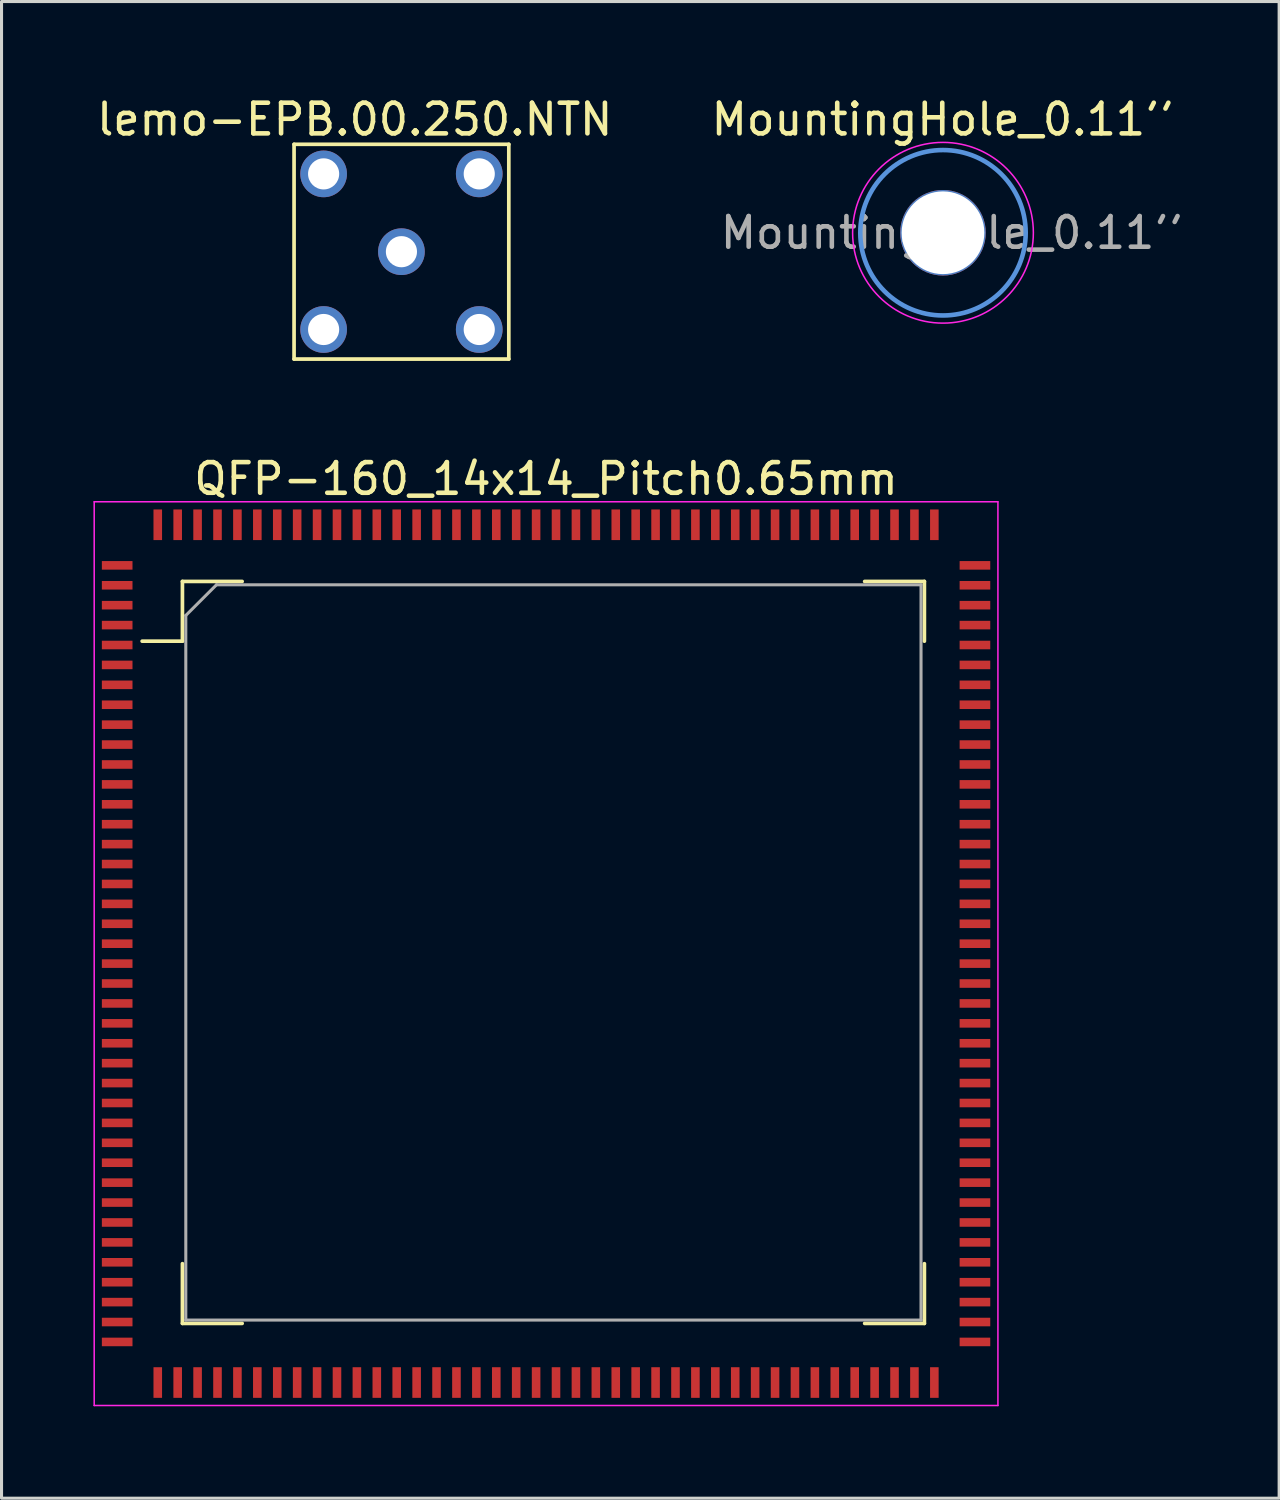
<source format=kicad_pcb>
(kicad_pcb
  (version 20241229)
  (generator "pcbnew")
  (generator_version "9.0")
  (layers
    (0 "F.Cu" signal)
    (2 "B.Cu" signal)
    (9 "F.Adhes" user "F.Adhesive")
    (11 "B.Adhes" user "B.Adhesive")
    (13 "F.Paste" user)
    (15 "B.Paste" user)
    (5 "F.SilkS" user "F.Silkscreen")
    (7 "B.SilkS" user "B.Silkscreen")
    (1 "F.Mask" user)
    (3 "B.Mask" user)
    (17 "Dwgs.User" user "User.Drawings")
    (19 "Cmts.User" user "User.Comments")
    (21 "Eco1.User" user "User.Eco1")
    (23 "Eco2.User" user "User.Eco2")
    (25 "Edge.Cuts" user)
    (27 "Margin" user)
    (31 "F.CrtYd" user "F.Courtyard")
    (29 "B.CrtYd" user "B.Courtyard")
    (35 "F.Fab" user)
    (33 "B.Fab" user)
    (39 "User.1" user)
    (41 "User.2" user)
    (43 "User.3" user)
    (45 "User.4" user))
  (footprint "MountingHole_0.11''"
    (layer "F.Cu")
    (at 27.732 4.548)
    (property "Reference" "MountingHole_0.11''" (at 0 -3.7 0) (layer "F.SilkS") (effects (font (size 1 1) (thickness 0.15))))
    (attr through_hole)
    (fp_circle (center 0 0) (end 2.7 0) (stroke (width 0.15) (type solid)) (fill no) (layer "Cmts.User"))
    (fp_circle (center 0 0) (end 2.95 0) (stroke (width 0.05) (type solid)) (fill no) (layer "F.CrtYd"))
    (fp_text user "${REFERENCE}" (at 0.3 0 0) (layer "F.Fab") (effects (font (size 1 1) (thickness 0.15))))
    (pad "" np_thru_hole circle (at 0 0) (size 2.794 2.794) (drill 2.7) (layers "*.Cu" "*.Mask")))
  (footprint "lemo-EPB.00.250.NTN"
    (layer "F.Cu")
    (at 10.054 5.166)
    (property "Reference" "lemo-EPB.00.250.NTN" (at -1.524 -4.318 0) (layer "F.SilkS") (effects (font (size 1 1) (thickness 0.15))))
    (attr through_hole)
    (fp_line (start -3.505 -3.505) (end 3.505 -3.505) (stroke (width 0.12) (type solid)) (layer "F.SilkS"))
    (fp_line (start -3.505 3.505) (end -3.505 -3.505) (stroke (width 0.12) (type solid)) (layer "F.SilkS"))
    (fp_line (start 3.505 -3.505) (end 3.505 3.505) (stroke (width 0.12) (type solid)) (layer "F.SilkS"))
    (fp_line (start 3.505 3.505) (end -3.505 3.505) (stroke (width 0.12) (type solid)) (layer "F.SilkS"))
    (pad "1" thru_hole circle (at 0 0) (size 1.524 1.524) (drill 1.016) (layers "*.Cu" "*.Mask"))
    (pad "2" thru_hole circle (at -2.54 -2.54) (size 1.524 1.524) (drill 1.016) (layers "*.Cu" "*.Mask"))
    (pad "2" thru_hole circle (at -2.54 2.54) (size 1.524 1.524) (drill 1.016) (layers "*.Cu" "*.Mask"))
    (pad "2" thru_hole circle (at 2.54 -2.54) (size 1.524 1.524) (drill 1.016) (layers "*.Cu" "*.Mask"))
    (pad "2" thru_hole circle (at 2.54 2.54) (size 1.524 1.524) (drill 1.016) (layers "*.Cu" "*.Mask")))
  (footprint "QFP-160_14x14_Pitch0.65mm"
    (layer "F.Cu")
    (at 14.775 28.08)
    (property "Reference" "QFP-160_14x14_Pitch0.65mm" (at 0 -15.5 0) (layer "F.SilkS") (effects (font (size 1 1) (thickness 0.15))))
    (attr smd)
    (fp_line (start -11.87 -12.15) (end -11.87 -10.2) (stroke (width 0.12) (type solid)) (layer "F.SilkS"))
    (fp_line (start -11.87 -10.2) (end -13.185 -10.2) (stroke (width 0.12) (type solid)) (layer "F.SilkS"))
    (fp_line (start -11.87 12.07) (end -11.87 10.12) (stroke (width 0.12) (type solid)) (layer "F.SilkS"))
    (fp_line (start -9.92 -12.15) (end -11.87 -12.15) (stroke (width 0.12) (type solid)) (layer "F.SilkS"))
    (fp_line (start -9.92 12.07) (end -11.87 12.07) (stroke (width 0.12) (type solid)) (layer "F.SilkS"))
    (fp_line (start 10.4 -12.15) (end 12.35 -12.15) (stroke (width 0.12) (type solid)) (layer "F.SilkS"))
    (fp_line (start 10.4 12.07) (end 12.35 12.07) (stroke (width 0.12) (type solid)) (layer "F.SilkS"))
    (fp_line (start 12.35 -12.15) (end 12.35 -10.2) (stroke (width 0.12) (type solid)) (layer "F.SilkS"))
    (fp_line (start 12.35 12.07) (end 12.35 10.12) (stroke (width 0.12) (type solid)) (layer "F.SilkS"))
    (fp_line (start -14.75 -14.75) (end 14.75 -14.75) (stroke (width 0.05) (type solid)) (layer "F.CrtYd"))
    (fp_line (start -14.75 14.75) (end -14.75 -14.75) (stroke (width 0.05) (type solid)) (layer "F.CrtYd"))
    (fp_line (start 14.75 -14.75) (end 14.75 14.75) (stroke (width 0.05) (type solid)) (layer "F.CrtYd"))
    (fp_line (start 14.75 14.75) (end -14.75 14.75) (stroke (width 0.05) (type solid)) (layer "F.CrtYd"))
    (fp_line (start -11.76 -11.04) (end -10.76 -12.04) (stroke (width 0.1) (type solid)) (layer "F.Fab"))
    (fp_line (start -11.76 11.96) (end -11.76 -11.04) (stroke (width 0.1) (type solid)) (layer "F.Fab"))
    (fp_line (start -10.76 -12.04) (end 12.24 -12.04) (stroke (width 0.1) (type solid)) (layer "F.Fab"))
    (fp_line (start 12.24 -12.04) (end 12.24 11.96) (stroke (width 0.1) (type solid)) (layer "F.Fab"))
    (fp_line (start 12.24 11.96) (end -11.76 11.96) (stroke (width 0.1) (type solid)) (layer "F.Fab"))
    (pad "1" smd rect (at -14 -12.675 90) (size 0.28 1) (layers "F.Cu" "F.Mask" "F.Paste"))
    (pad "2" smd rect (at -14 -12.025 90) (size 0.28 1) (layers "F.Cu" "F.Mask" "F.Paste"))
    (pad "3" smd rect (at -14 -11.375 90) (size 0.28 1) (layers "F.Cu" "F.Mask" "F.Paste"))
    (pad "4" smd rect (at -14 -10.725 90) (size 0.28 1) (layers "F.Cu" "F.Mask" "F.Paste"))
    (pad "5" smd rect (at -14 -10.075 90) (size 0.28 1) (layers "F.Cu" "F.Mask" "F.Paste"))
    (pad "6" smd rect (at -14 -9.425 90) (size 0.28 1) (layers "F.Cu" "F.Mask" "F.Paste"))
    (pad "7" smd rect (at -14 -8.775 90) (size 0.28 1) (layers "F.Cu" "F.Mask" "F.Paste"))
    (pad "8" smd rect (at -14 -8.125 90) (size 0.28 1) (layers "F.Cu" "F.Mask" "F.Paste"))
    (pad "9" smd rect (at -14 -7.475 90) (size 0.28 1) (layers "F.Cu" "F.Mask" "F.Paste"))
    (pad "10" smd rect (at -14 -6.825 90) (size 0.28 1) (layers "F.Cu" "F.Mask" "F.Paste"))
    (pad "11" smd rect (at -14 -6.175 90) (size 0.28 1) (layers "F.Cu" "F.Mask" "F.Paste"))
    (pad "12" smd rect (at -14 -5.525 90) (size 0.28 1) (layers "F.Cu" "F.Mask" "F.Paste"))
    (pad "13" smd rect (at -14 -4.875 90) (size 0.28 1) (layers "F.Cu" "F.Mask" "F.Paste"))
    (pad "14" smd rect (at -14 -4.225 90) (size 0.28 1) (layers "F.Cu" "F.Mask" "F.Paste"))
    (pad "15" smd rect (at -14 -3.575 90) (size 0.28 1) (layers "F.Cu" "F.Mask" "F.Paste"))
    (pad "16" smd rect (at -14 -2.925 90) (size 0.28 1) (layers "F.Cu" "F.Mask" "F.Paste"))
    (pad "17" smd rect (at -14 -2.275 90) (size 0.28 1) (layers "F.Cu" "F.Mask" "F.Paste"))
    (pad "18" smd rect (at -14 -1.625 90) (size 0.28 1) (layers "F.Cu" "F.Mask" "F.Paste"))
    (pad "19" smd rect (at -14 -0.975 90) (size 0.28 1) (layers "F.Cu" "F.Mask" "F.Paste"))
    (pad "20" smd rect (at -14 -0.325 90) (size 0.28 1) (layers "F.Cu" "F.Mask" "F.Paste"))
    (pad "21" smd rect (at -14 0.325 90) (size 0.28 1) (layers "F.Cu" "F.Mask" "F.Paste"))
    (pad "22" smd rect (at -14 0.975 90) (size 0.28 1) (layers "F.Cu" "F.Mask" "F.Paste"))
    (pad "23" smd rect (at -14 1.625 90) (size 0.28 1) (layers "F.Cu" "F.Mask" "F.Paste"))
    (pad "24" smd rect (at -14 2.275 90) (size 0.28 1) (layers "F.Cu" "F.Mask" "F.Paste"))
    (pad "25" smd rect (at -14 2.925 90) (size 0.28 1) (layers "F.Cu" "F.Mask" "F.Paste"))
    (pad "26" smd rect (at -14 3.575 90) (size 0.28 1) (layers "F.Cu" "F.Mask" "F.Paste"))
    (pad "27" smd rect (at -14 4.225 90) (size 0.28 1) (layers "F.Cu" "F.Mask" "F.Paste"))
    (pad "28" smd rect (at -14 4.875 90) (size 0.28 1) (layers "F.Cu" "F.Mask" "F.Paste"))
    (pad "29" smd rect (at -14 5.525 90) (size 0.28 1) (layers "F.Cu" "F.Mask" "F.Paste"))
    (pad "30" smd rect (at -14 6.175 90) (size 0.28 1) (layers "F.Cu" "F.Mask" "F.Paste"))
    (pad "31" smd rect (at -14 6.825 90) (size 0.28 1) (layers "F.Cu" "F.Mask" "F.Paste"))
    (pad "32" smd rect (at -14 7.475 90) (size 0.28 1) (layers "F.Cu" "F.Mask" "F.Paste"))
    (pad "33" smd rect (at -14 8.125 90) (size 0.28 1) (layers "F.Cu" "F.Mask" "F.Paste"))
    (pad "34" smd rect (at -14 8.775 90) (size 0.28 1) (layers "F.Cu" "F.Mask" "F.Paste"))
    (pad "35" smd rect (at -14 9.425 90) (size 0.28 1) (layers "F.Cu" "F.Mask" "F.Paste"))
    (pad "36" smd rect (at -14 10.075 90) (size 0.28 1) (layers "F.Cu" "F.Mask" "F.Paste"))
    (pad "37" smd rect (at -14 10.725 90) (size 0.28 1) (layers "F.Cu" "F.Mask" "F.Paste"))
    (pad "38" smd rect (at -14 11.375 90) (size 0.28 1) (layers "F.Cu" "F.Mask" "F.Paste"))
    (pad "39" smd rect (at -14 12.025 90) (size 0.28 1) (layers "F.Cu" "F.Mask" "F.Paste"))
    (pad "40" smd rect (at -14 12.675 90) (size 0.28 1) (layers "F.Cu" "F.Mask" "F.Paste"))
    (pad "41" smd rect (at -12.675 14) (size 0.28 1) (layers "F.Cu" "F.Mask" "F.Paste"))
    (pad "42" smd rect (at -12.025 14) (size 0.28 1) (layers "F.Cu" "F.Mask" "F.Paste"))
    (pad "43" smd rect (at -11.375 14) (size 0.28 1) (layers "F.Cu" "F.Mask" "F.Paste"))
    (pad "44" smd rect (at -10.725 14) (size 0.28 1) (layers "F.Cu" "F.Mask" "F.Paste"))
    (pad "45" smd rect (at -10.075 14) (size 0.28 1) (layers "F.Cu" "F.Mask" "F.Paste"))
    (pad "46" smd rect (at -9.425 14) (size 0.28 1) (layers "F.Cu" "F.Mask" "F.Paste"))
    (pad "47" smd rect (at -8.775 14) (size 0.28 1) (layers "F.Cu" "F.Mask" "F.Paste"))
    (pad "48" smd rect (at -8.125 14) (size 0.28 1) (layers "F.Cu" "F.Mask" "F.Paste"))
    (pad "49" smd rect (at -7.475 14) (size 0.28 1) (layers "F.Cu" "F.Mask" "F.Paste"))
    (pad "50" smd rect (at -6.825 14) (size 0.28 1) (layers "F.Cu" "F.Mask" "F.Paste"))
    (pad "51" smd rect (at -6.175 14) (size 0.28 1) (layers "F.Cu" "F.Mask" "F.Paste"))
    (pad "52" smd rect (at -5.525 14) (size 0.28 1) (layers "F.Cu" "F.Mask" "F.Paste"))
    (pad "53" smd rect (at -4.875 14) (size 0.28 1) (layers "F.Cu" "F.Mask" "F.Paste"))
    (pad "54" smd rect (at -4.225 14) (size 0.28 1) (layers "F.Cu" "F.Mask" "F.Paste"))
    (pad "55" smd rect (at -3.575 14) (size 0.28 1) (layers "F.Cu" "F.Mask" "F.Paste"))
    (pad "56" smd rect (at -2.925 14) (size 0.28 1) (layers "F.Cu" "F.Mask" "F.Paste"))
    (pad "57" smd rect (at -2.275 14) (size 0.28 1) (layers "F.Cu" "F.Mask" "F.Paste"))
    (pad "58" smd rect (at -1.625 14) (size 0.28 1) (layers "F.Cu" "F.Mask" "F.Paste"))
    (pad "59" smd rect (at -0.975 14) (size 0.28 1) (layers "F.Cu" "F.Mask" "F.Paste"))
    (pad "60" smd rect (at -0.325 14) (size 0.28 1) (layers "F.Cu" "F.Mask" "F.Paste"))
    (pad "61" smd rect (at 0.325 14) (size 0.28 1) (layers "F.Cu" "F.Mask" "F.Paste"))
    (pad "62" smd rect (at 0.975 14) (size 0.28 1) (layers "F.Cu" "F.Mask" "F.Paste"))
    (pad "63" smd rect (at 1.625 14) (size 0.28 1) (layers "F.Cu" "F.Mask" "F.Paste"))
    (pad "64" smd rect (at 2.275 14) (size 0.28 1) (layers "F.Cu" "F.Mask" "F.Paste"))
    (pad "65" smd rect (at 2.925 14) (size 0.28 1) (layers "F.Cu" "F.Mask" "F.Paste"))
    (pad "66" smd rect (at 3.575 14) (size 0.28 1) (layers "F.Cu" "F.Mask" "F.Paste"))
    (pad "67" smd rect (at 4.225 14) (size 0.28 1) (layers "F.Cu" "F.Mask" "F.Paste"))
    (pad "68" smd rect (at 4.875 14) (size 0.28 1) (layers "F.Cu" "F.Mask" "F.Paste"))
    (pad "69" smd rect (at 5.525 14) (size 0.28 1) (layers "F.Cu" "F.Mask" "F.Paste"))
    (pad "70" smd rect (at 6.175 14) (size 0.28 1) (layers "F.Cu" "F.Mask" "F.Paste"))
    (pad "71" smd rect (at 6.825 14) (size 0.28 1) (layers "F.Cu" "F.Mask" "F.Paste"))
    (pad "72" smd rect (at 7.475 14) (size 0.28 1) (layers "F.Cu" "F.Mask" "F.Paste"))
    (pad "73" smd rect (at 8.125 14) (size 0.28 1) (layers "F.Cu" "F.Mask" "F.Paste"))
    (pad "74" smd rect (at 8.775 14) (size 0.28 1) (layers "F.Cu" "F.Mask" "F.Paste"))
    (pad "75" smd rect (at 9.425 14) (size 0.28 1) (layers "F.Cu" "F.Mask" "F.Paste"))
    (pad "76" smd rect (at 10.075 14) (size 0.28 1) (layers "F.Cu" "F.Mask" "F.Paste"))
    (pad "77" smd rect (at 10.725 14) (size 0.28 1) (layers "F.Cu" "F.Mask" "F.Paste"))
    (pad "78" smd rect (at 11.375 14) (size 0.28 1) (layers "F.Cu" "F.Mask" "F.Paste"))
    (pad "79" smd rect (at 12.025 14) (size 0.28 1) (layers "F.Cu" "F.Mask" "F.Paste"))
    (pad "80" smd rect (at 12.675 14) (size 0.28 1) (layers "F.Cu" "F.Mask" "F.Paste"))
    (pad "81" smd rect (at 14 12.675 90) (size 0.28 1) (layers "F.Cu" "F.Mask" "F.Paste"))
    (pad "82" smd rect (at 14 12.025 90) (size 0.28 1) (layers "F.Cu" "F.Mask" "F.Paste"))
    (pad "83" smd rect (at 14 11.375 90) (size 0.28 1) (layers "F.Cu" "F.Mask" "F.Paste"))
    (pad "84" smd rect (at 14 10.725 90) (size 0.28 1) (layers "F.Cu" "F.Mask" "F.Paste"))
    (pad "85" smd rect (at 14 10.075 90) (size 0.28 1) (layers "F.Cu" "F.Mask" "F.Paste"))
    (pad "86" smd rect (at 14 9.425 90) (size 0.28 1) (layers "F.Cu" "F.Mask" "F.Paste"))
    (pad "87" smd rect (at 14 8.775 90) (size 0.28 1) (layers "F.Cu" "F.Mask" "F.Paste"))
    (pad "88" smd rect (at 14 8.125 90) (size 0.28 1) (layers "F.Cu" "F.Mask" "F.Paste"))
    (pad "89" smd rect (at 14 7.475 90) (size 0.28 1) (layers "F.Cu" "F.Mask" "F.Paste"))
    (pad "90" smd rect (at 14 6.825 90) (size 0.28 1) (layers "F.Cu" "F.Mask" "F.Paste"))
    (pad "91" smd rect (at 14 6.175 90) (size 0.28 1) (layers "F.Cu" "F.Mask" "F.Paste"))
    (pad "92" smd rect (at 14 5.525 90) (size 0.28 1) (layers "F.Cu" "F.Mask" "F.Paste"))
    (pad "93" smd rect (at 14 4.875 90) (size 0.28 1) (layers "F.Cu" "F.Mask" "F.Paste"))
    (pad "94" smd rect (at 14 4.225 90) (size 0.28 1) (layers "F.Cu" "F.Mask" "F.Paste"))
    (pad "95" smd rect (at 14 3.575 90) (size 0.28 1) (layers "F.Cu" "F.Mask" "F.Paste"))
    (pad "96" smd rect (at 14 2.925 90) (size 0.28 1) (layers "F.Cu" "F.Mask" "F.Paste"))
    (pad "97" smd rect (at 14 2.275 90) (size 0.28 1) (layers "F.Cu" "F.Mask" "F.Paste"))
    (pad "98" smd rect (at 14 1.625 90) (size 0.28 1) (layers "F.Cu" "F.Mask" "F.Paste"))
    (pad "99" smd rect (at 14 0.975 90) (size 0.28 1) (layers "F.Cu" "F.Mask" "F.Paste"))
    (pad "100" smd rect (at 14 0.325 90) (size 0.28 1) (layers "F.Cu" "F.Mask" "F.Paste"))
    (pad "101" smd rect (at 14 -0.325 90) (size 0.28 1) (layers "F.Cu" "F.Mask" "F.Paste"))
    (pad "102" smd rect (at 14 -0.975 90) (size 0.28 1) (layers "F.Cu" "F.Mask" "F.Paste"))
    (pad "103" smd rect (at 14 -1.625 90) (size 0.28 1) (layers "F.Cu" "F.Mask" "F.Paste"))
    (pad "104" smd rect (at 14 -2.275 90) (size 0.28 1) (layers "F.Cu" "F.Mask" "F.Paste"))
    (pad "105" smd rect (at 14 -2.925 90) (size 0.28 1) (layers "F.Cu" "F.Mask" "F.Paste"))
    (pad "106" smd rect (at 14 -3.575 90) (size 0.28 1) (layers "F.Cu" "F.Mask" "F.Paste"))
    (pad "107" smd rect (at 14 -4.225 90) (size 0.28 1) (layers "F.Cu" "F.Mask" "F.Paste"))
    (pad "108" smd rect (at 14 -4.875 90) (size 0.28 1) (layers "F.Cu" "F.Mask" "F.Paste"))
    (pad "109" smd rect (at 14 -5.525 90) (size 0.28 1) (layers "F.Cu" "F.Mask" "F.Paste"))
    (pad "110" smd rect (at 14 -6.175 90) (size 0.28 1) (layers "F.Cu" "F.Mask" "F.Paste"))
    (pad "111" smd rect (at 14 -6.825 90) (size 0.28 1) (layers "F.Cu" "F.Mask" "F.Paste"))
    (pad "112" smd rect (at 14 -7.475 90) (size 0.28 1) (layers "F.Cu" "F.Mask" "F.Paste"))
    (pad "113" smd rect (at 14 -8.125 90) (size 0.28 1) (layers "F.Cu" "F.Mask" "F.Paste"))
    (pad "114" smd rect (at 14 -8.775 90) (size 0.28 1) (layers "F.Cu" "F.Mask" "F.Paste"))
    (pad "115" smd rect (at 14 -9.425 90) (size 0.28 1) (layers "F.Cu" "F.Mask" "F.Paste"))
    (pad "116" smd rect (at 14 -10.075 90) (size 0.28 1) (layers "F.Cu" "F.Mask" "F.Paste"))
    (pad "117" smd rect (at 14 -10.725 90) (size 0.28 1) (layers "F.Cu" "F.Mask" "F.Paste"))
    (pad "118" smd rect (at 14 -11.375 90) (size 0.28 1) (layers "F.Cu" "F.Mask" "F.Paste"))
    (pad "119" smd rect (at 14 -12.025 90) (size 0.28 1) (layers "F.Cu" "F.Mask" "F.Paste"))
    (pad "120" smd rect (at 14 -12.675 90) (size 0.28 1) (layers "F.Cu" "F.Mask" "F.Paste"))
    (pad "121" smd rect (at 12.675 -14) (size 0.28 1) (layers "F.Cu" "F.Mask" "F.Paste"))
    (pad "122" smd rect (at 12.025 -14) (size 0.28 1) (layers "F.Cu" "F.Mask" "F.Paste"))
    (pad "123" smd rect (at 11.375 -14) (size 0.28 1) (layers "F.Cu" "F.Mask" "F.Paste"))
    (pad "124" smd rect (at 10.725 -14) (size 0.28 1) (layers "F.Cu" "F.Mask" "F.Paste"))
    (pad "125" smd rect (at 10.075 -14) (size 0.28 1) (layers "F.Cu" "F.Mask" "F.Paste"))
    (pad "126" smd rect (at 9.425 -14) (size 0.28 1) (layers "F.Cu" "F.Mask" "F.Paste"))
    (pad "127" smd rect (at 8.775 -14) (size 0.28 1) (layers "F.Cu" "F.Mask" "F.Paste"))
    (pad "128" smd rect (at 8.125 -14) (size 0.28 1) (layers "F.Cu" "F.Mask" "F.Paste"))
    (pad "129" smd rect (at 7.475 -14) (size 0.28 1) (layers "F.Cu" "F.Mask" "F.Paste"))
    (pad "130" smd rect (at 6.825 -14) (size 0.28 1) (layers "F.Cu" "F.Mask" "F.Paste"))
    (pad "131" smd rect (at 6.175 -14) (size 0.28 1) (layers "F.Cu" "F.Mask" "F.Paste"))
    (pad "132" smd rect (at 5.525 -14) (size 0.28 1) (layers "F.Cu" "F.Mask" "F.Paste"))
    (pad "133" smd rect (at 4.875 -14) (size 0.28 1) (layers "F.Cu" "F.Mask" "F.Paste"))
    (pad "134" smd rect (at 4.225 -14) (size 0.28 1) (layers "F.Cu" "F.Mask" "F.Paste"))
    (pad "135" smd rect (at 3.575 -14) (size 0.28 1) (layers "F.Cu" "F.Mask" "F.Paste"))
    (pad "136" smd rect (at 2.925 -14) (size 0.28 1) (layers "F.Cu" "F.Mask" "F.Paste"))
    (pad "137" smd rect (at 2.275 -14) (size 0.28 1) (layers "F.Cu" "F.Mask" "F.Paste"))
    (pad "138" smd rect (at 1.625 -14) (size 0.28 1) (layers "F.Cu" "F.Mask" "F.Paste"))
    (pad "139" smd rect (at 0.975 -14) (size 0.28 1) (layers "F.Cu" "F.Mask" "F.Paste"))
    (pad "140" smd rect (at 0.325 -14) (size 0.28 1) (layers "F.Cu" "F.Mask" "F.Paste"))
    (pad "141" smd rect (at -0.325 -14) (size 0.28 1) (layers "F.Cu" "F.Mask" "F.Paste"))
    (pad "142" smd rect (at -0.975 -14) (size 0.28 1) (layers "F.Cu" "F.Mask" "F.Paste"))
    (pad "143" smd rect (at -1.625 -14) (size 0.28 1) (layers "F.Cu" "F.Mask" "F.Paste"))
    (pad "144" smd rect (at -2.275 -14) (size 0.28 1) (layers "F.Cu" "F.Mask" "F.Paste"))
    (pad "145" smd rect (at -2.925 -14) (size 0.28 1) (layers "F.Cu" "F.Mask" "F.Paste"))
    (pad "146" smd rect (at -3.575 -14) (size 0.28 1) (layers "F.Cu" "F.Mask" "F.Paste"))
    (pad "147" smd rect (at -4.225 -14) (size 0.28 1) (layers "F.Cu" "F.Mask" "F.Paste"))
    (pad "148" smd rect (at -4.875 -14) (size 0.28 1) (layers "F.Cu" "F.Mask" "F.Paste"))
    (pad "149" smd rect (at -5.525 -14) (size 0.28 1) (layers "F.Cu" "F.Mask" "F.Paste"))
    (pad "150" smd rect (at -6.175 -14) (size 0.28 1) (layers "F.Cu" "F.Mask" "F.Paste"))
    (pad "151" smd rect (at -6.825 -14) (size 0.28 1) (layers "F.Cu" "F.Mask" "F.Paste"))
    (pad "152" smd rect (at -7.475 -14) (size 0.28 1) (layers "F.Cu" "F.Mask" "F.Paste"))
    (pad "153" smd rect (at -8.125 -14) (size 0.28 1) (layers "F.Cu" "F.Mask" "F.Paste"))
    (pad "154" smd rect (at -8.775 -14) (size 0.28 1) (layers "F.Cu" "F.Mask" "F.Paste"))
    (pad "155" smd rect (at -9.425 -14) (size 0.28 1) (layers "F.Cu" "F.Mask" "F.Paste"))
    (pad "156" smd rect (at -10.075 -14) (size 0.28 1) (layers "F.Cu" "F.Mask" "F.Paste"))
    (pad "157" smd rect (at -10.725 -14) (size 0.28 1) (layers "F.Cu" "F.Mask" "F.Paste"))
    (pad "158" smd rect (at -11.375 -14) (size 0.28 1) (layers "F.Cu" "F.Mask" "F.Paste"))
    (pad "159" smd rect (at -12.025 -14) (size 0.28 1) (layers "F.Cu" "F.Mask" "F.Paste"))
    (pad "160" smd rect (at -12.675 -14) (size 0.28 1) (layers "F.Cu" "F.Mask" "F.Paste")))
  (gr_rect
    (start -3 -3)
    (end 38.705 45.855)
    (stroke (width 0.1) (type default))
    (fill no)
    (layer "Edge.Cuts")))
</source>
